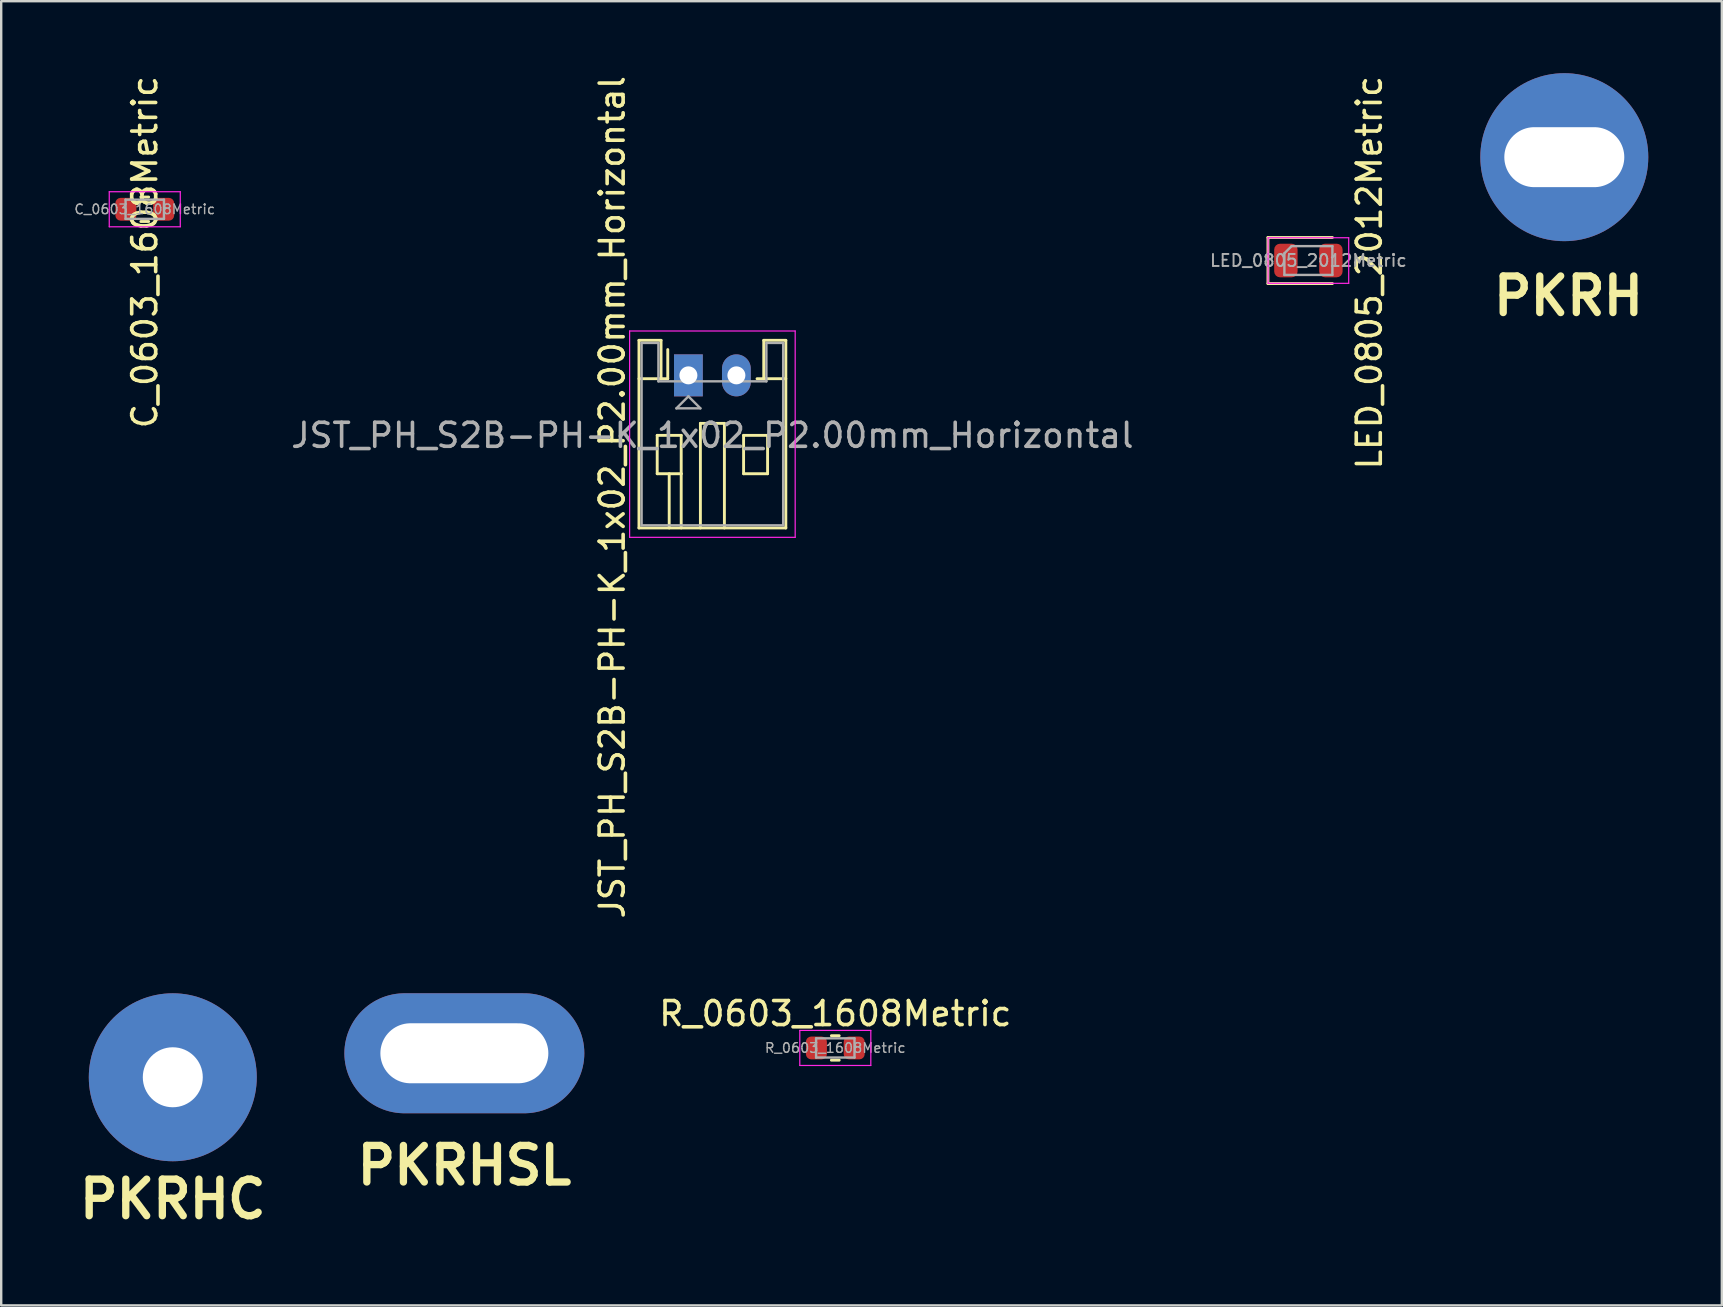
<source format=kicad_pcb>
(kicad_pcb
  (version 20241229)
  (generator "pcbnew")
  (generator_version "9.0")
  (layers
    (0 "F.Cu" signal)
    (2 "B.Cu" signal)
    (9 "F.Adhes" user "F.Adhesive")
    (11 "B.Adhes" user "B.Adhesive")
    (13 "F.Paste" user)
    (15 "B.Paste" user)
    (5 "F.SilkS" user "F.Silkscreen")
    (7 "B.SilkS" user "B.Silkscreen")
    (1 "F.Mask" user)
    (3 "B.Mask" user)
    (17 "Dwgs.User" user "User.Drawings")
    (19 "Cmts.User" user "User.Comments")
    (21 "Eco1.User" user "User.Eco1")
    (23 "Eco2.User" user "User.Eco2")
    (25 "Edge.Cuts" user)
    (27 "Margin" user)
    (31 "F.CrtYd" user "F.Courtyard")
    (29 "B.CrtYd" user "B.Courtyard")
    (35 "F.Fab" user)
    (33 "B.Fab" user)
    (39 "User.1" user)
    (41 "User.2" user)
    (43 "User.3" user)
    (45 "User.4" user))
  (footprint "C_0603_1608Metric"
    (layer "F.Cu")
    (at 2.983 5.671)
    (property "Reference" "C_0603_1608Metric" (at 0 1.788 270) (layer "F.SilkS") (effects (font (size 1 1) (thickness 0.15))))
    (attr smd)
    (fp_line (start -0.163 -0.51) (end 0.163 -0.51) (stroke (width 0.12) (type solid)) (layer "F.SilkS"))
    (fp_line (start -0.163 0.51) (end 0.163 0.51) (stroke (width 0.12) (type solid)) (layer "F.SilkS"))
    (fp_line (start -1.48 -0.73) (end 1.48 -0.73) (stroke (width 0.05) (type solid)) (layer "F.CrtYd"))
    (fp_line (start -1.48 0.73) (end -1.48 -0.73) (stroke (width 0.05) (type solid)) (layer "F.CrtYd"))
    (fp_line (start 1.48 -0.73) (end 1.48 0.73) (stroke (width 0.05) (type solid)) (layer "F.CrtYd"))
    (fp_line (start 1.48 0.73) (end -1.48 0.73) (stroke (width 0.05) (type solid)) (layer "F.CrtYd"))
    (fp_line (start -0.8 -0.4) (end 0.8 -0.4) (stroke (width 0.1) (type solid)) (layer "F.Fab"))
    (fp_line (start -0.8 0.4) (end -0.8 -0.4) (stroke (width 0.1) (type solid)) (layer "F.Fab"))
    (fp_line (start 0.8 -0.4) (end 0.8 0.4) (stroke (width 0.1) (type solid)) (layer "F.Fab"))
    (fp_line (start 0.8 0.4) (end -0.8 0.4) (stroke (width 0.1) (type solid)) (layer "F.Fab"))
    (fp_text user "${REFERENCE}" (at 0 0 0) (layer "F.Fab") (effects (font (size 0.4 0.4) (thickness 0.06))))
    (pad "1" smd roundrect (at -0.787 0) (size 0.875 0.95) (layers "F.Cu" "F.Mask" "F.Paste") (roundrect_rratio 0.25))
    (pad "2" smd roundrect (at 0.787 0) (size 0.875 0.95) (layers "F.Cu" "F.Mask" "F.Paste") (roundrect_rratio 0.25)))
  (footprint "PKRH"
    (layer "F.Cu")
    (at 62.142 3.5)
    (property "Reference" "PKRH" (at 0.175 5.786 0) (layer "F.SilkS") (effects (font (size 1.524 1.524) (thickness 0.305))))
    (attr exclude_from_pos_files exclude_from_bom)
    (pad "" np_thru_hole circle (at 0 0) (size 7 7) (drill oval 5 2.5) (layers "*.Cu" "*.Mask")))
  (footprint "PKRHC"
    (layer "F.Cu")
    (at 4.151 41.845)
    (property "Reference" "PKRHC" (at 0 5.08 0) (layer "F.SilkS") (effects (font (size 1.524 1.524) (thickness 0.305))))
    (attr exclude_from_pos_files exclude_from_bom)
    (pad "" np_thru_hole circle (at 0 0) (size 7 7) (drill 2.5) (layers "*.Cu" "*.Mask")))
  (footprint "JST_PH_S2B-PH-K_1x02_P2.00mm_Horizontal"
    (layer "F.Cu")
    (at 25.639 12.593)
    (property "Reference" "JST_PH_S2B-PH-K_1x02_P2.00mm_Horizontal" (at -3.175 5.08 270) (layer "F.SilkS") (effects (font (size 1 1) (thickness 0.15))))
    (attr through_hole)
    (fp_line (start -2.06 -1.46) (end -2.06 6.36) (stroke (width 0.12) (type solid)) (layer "F.SilkS"))
    (fp_line (start -2.06 0.14) (end -1.14 0.14) (stroke (width 0.12) (type solid)) (layer "F.SilkS"))
    (fp_line (start -2.06 6.36) (end 4.06 6.36) (stroke (width 0.12) (type solid)) (layer "F.SilkS"))
    (fp_line (start -1.3 2.5) (end -1.3 4.1) (stroke (width 0.12) (type solid)) (layer "F.SilkS"))
    (fp_line (start -1.3 4.1) (end -0.3 4.1) (stroke (width 0.12) (type solid)) (layer "F.SilkS"))
    (fp_line (start -1.14 -1.46) (end -2.06 -1.46) (stroke (width 0.12) (type solid)) (layer "F.SilkS"))
    (fp_line (start -1.14 0.14) (end -1.14 -1.46) (stroke (width 0.12) (type solid)) (layer "F.SilkS"))
    (fp_line (start -0.86 0.14) (end -1.14 0.14) (stroke (width 0.12) (type solid)) (layer "F.SilkS"))
    (fp_line (start -0.86 0.14) (end -0.86 -1.075) (stroke (width 0.12) (type solid)) (layer "F.SilkS"))
    (fp_line (start -0.8 4.1) (end -0.8 6.36) (stroke (width 0.12) (type solid)) (layer "F.SilkS"))
    (fp_line (start -0.3 2.5) (end -1.3 2.5) (stroke (width 0.12) (type solid)) (layer "F.SilkS"))
    (fp_line (start -0.3 4.1) (end -0.3 2.5) (stroke (width 0.12) (type solid)) (layer "F.SilkS"))
    (fp_line (start -0.3 4.1) (end -0.3 6.36) (stroke (width 0.12) (type solid)) (layer "F.SilkS"))
    (fp_line (start 0.5 2) (end 1.5 2) (stroke (width 0.12) (type solid)) (layer "F.SilkS"))
    (fp_line (start 0.5 6.36) (end 0.5 2) (stroke (width 0.12) (type solid)) (layer "F.SilkS"))
    (fp_line (start 1.5 2) (end 1.5 6.36) (stroke (width 0.12) (type solid)) (layer "F.SilkS"))
    (fp_line (start 2.3 2.5) (end 3.3 2.5) (stroke (width 0.12) (type solid)) (layer "F.SilkS"))
    (fp_line (start 2.3 4.1) (end 2.3 2.5) (stroke (width 0.12) (type solid)) (layer "F.SilkS"))
    (fp_line (start 3.14 -1.46) (end 3.14 0.14) (stroke (width 0.12) (type solid)) (layer "F.SilkS"))
    (fp_line (start 3.14 0.14) (end 2.86 0.14) (stroke (width 0.12) (type solid)) (layer "F.SilkS"))
    (fp_line (start 3.3 2.5) (end 3.3 4.1) (stroke (width 0.12) (type solid)) (layer "F.SilkS"))
    (fp_line (start 3.3 4.1) (end 2.3 4.1) (stroke (width 0.12) (type solid)) (layer "F.SilkS"))
    (fp_line (start 4.06 -1.46) (end 3.14 -1.46) (stroke (width 0.12) (type solid)) (layer "F.SilkS"))
    (fp_line (start 4.06 0.14) (end 3.14 0.14) (stroke (width 0.12) (type solid)) (layer "F.SilkS"))
    (fp_line (start 4.06 6.36) (end 4.06 -1.46) (stroke (width 0.12) (type solid)) (layer "F.SilkS"))
    (fp_line (start -2.45 -1.85) (end -2.45 6.75) (stroke (width 0.05) (type solid)) (layer "F.CrtYd"))
    (fp_line (start -2.45 6.75) (end 4.45 6.75) (stroke (width 0.05) (type solid)) (layer "F.CrtYd"))
    (fp_line (start 4.45 -1.85) (end -2.45 -1.85) (stroke (width 0.05) (type solid)) (layer "F.CrtYd"))
    (fp_line (start 4.45 6.75) (end 4.45 -1.85) (stroke (width 0.05) (type solid)) (layer "F.CrtYd"))
    (fp_line (start -1.95 -1.35) (end -1.95 6.25) (stroke (width 0.1) (type solid)) (layer "F.Fab"))
    (fp_line (start -1.95 6.25) (end 3.95 6.25) (stroke (width 0.1) (type solid)) (layer "F.Fab"))
    (fp_line (start -1.25 -1.35) (end -1.95 -1.35) (stroke (width 0.1) (type solid)) (layer "F.Fab"))
    (fp_line (start -1.25 0.25) (end -1.25 -1.35) (stroke (width 0.1) (type solid)) (layer "F.Fab"))
    (fp_line (start -0.5 1.375) (end 0.5 1.375) (stroke (width 0.1) (type solid)) (layer "F.Fab"))
    (fp_line (start 0 0.875) (end -0.5 1.375) (stroke (width 0.1) (type solid)) (layer "F.Fab"))
    (fp_line (start 0.5 1.375) (end 0 0.875) (stroke (width 0.1) (type solid)) (layer "F.Fab"))
    (fp_line (start 3.25 -1.35) (end 3.25 0.25) (stroke (width 0.1) (type solid)) (layer "F.Fab"))
    (fp_line (start 3.25 0.25) (end -1.25 0.25) (stroke (width 0.1) (type solid)) (layer "F.Fab"))
    (fp_line (start 3.95 -1.35) (end 3.25 -1.35) (stroke (width 0.1) (type solid)) (layer "F.Fab"))
    (fp_line (start 3.95 6.25) (end 3.95 -1.35) (stroke (width 0.1) (type solid)) (layer "F.Fab"))
    (fp_text user "${REFERENCE}" (at 1 2.5 0) (layer "F.Fab") (effects (font (size 1 1) (thickness 0.15))))
    (pad "1" thru_hole rect (at 0 0) (size 1.2 1.75) (drill 0.75) (layers "*.Cu" "*.Mask"))
    (pad "2" thru_hole oval (at 2 0) (size 1.2 1.75) (drill 0.75) (layers "*.Cu" "*.Mask")))
  (footprint "PKRHSL"
    (layer "F.Cu")
    (at 16.302 40.845)
    (property "Reference" "PKRHSL" (at 0 4.675 0) (layer "F.SilkS") (effects (font (size 1.524 1.524) (thickness 0.305))))
    (attr exclude_from_pos_files exclude_from_bom)
    (pad "" np_thru_hole oval (at 0 0) (size 10 5) (drill oval 7 2.5) (layers "*.Cu" "*.Mask")))
  (footprint "LED_0805_2012Metric"
    (layer "F.Cu")
    (at 51.477 7.807)
    (property "Reference" "LED_0805_2012Metric" (at 2.54 0.508 270) (layer "F.SilkS") (effects (font (size 1 1) (thickness 0.15))))
    (attr smd)
    (fp_line (start -1.685 -0.96) (end -1.685 0.96) (stroke (width 0.12) (type solid)) (layer "F.SilkS"))
    (fp_line (start -1.685 0.96) (end 1 0.96) (stroke (width 0.12) (type solid)) (layer "F.SilkS"))
    (fp_line (start 1 -0.96) (end -1.685 -0.96) (stroke (width 0.12) (type solid)) (layer "F.SilkS"))
    (fp_line (start -1.68 -0.95) (end 1.68 -0.95) (stroke (width 0.05) (type solid)) (layer "F.CrtYd"))
    (fp_line (start -1.68 0.95) (end -1.68 -0.95) (stroke (width 0.05) (type solid)) (layer "F.CrtYd"))
    (fp_line (start 1.68 -0.95) (end 1.68 0.95) (stroke (width 0.05) (type solid)) (layer "F.CrtYd"))
    (fp_line (start 1.68 0.95) (end -1.68 0.95) (stroke (width 0.05) (type solid)) (layer "F.CrtYd"))
    (fp_line (start -1 -0.3) (end -1 0.6) (stroke (width 0.1) (type solid)) (layer "F.Fab"))
    (fp_line (start -1 0.6) (end 1 0.6) (stroke (width 0.1) (type solid)) (layer "F.Fab"))
    (fp_line (start -0.7 -0.6) (end -1 -0.3) (stroke (width 0.1) (type solid)) (layer "F.Fab"))
    (fp_line (start 1 -0.6) (end -0.7 -0.6) (stroke (width 0.1) (type solid)) (layer "F.Fab"))
    (fp_line (start 1 0.6) (end 1 -0.6) (stroke (width 0.1) (type solid)) (layer "F.Fab"))
    (fp_text user "${REFERENCE}" (at 0 0 0) (layer "F.Fab") (effects (font (size 0.5 0.5) (thickness 0.08))))
    (pad "1" smd roundrect (at -0.938 0) (size 0.975 1.4) (layers "F.Cu" "F.Mask" "F.Paste") (roundrect_rratio 0.25))
    (pad "2" smd roundrect (at 0.938 0) (size 0.975 1.4) (layers "F.Cu" "F.Mask" "F.Paste") (roundrect_rratio 0.25)))
  (footprint "R_0603_1608Metric"
    (layer "F.Cu")
    (at 31.761 40.623)
    (property "Reference" "R_0603_1608Metric" (at 0 -1.43 0) (layer "F.SilkS") (effects (font (size 1 1) (thickness 0.15))))
    (attr smd)
    (fp_line (start -0.163 -0.51) (end 0.163 -0.51) (stroke (width 0.12) (type solid)) (layer "F.SilkS"))
    (fp_line (start -0.163 0.51) (end 0.163 0.51) (stroke (width 0.12) (type solid)) (layer "F.SilkS"))
    (fp_line (start -1.48 -0.73) (end 1.48 -0.73) (stroke (width 0.05) (type solid)) (layer "F.CrtYd"))
    (fp_line (start -1.48 0.73) (end -1.48 -0.73) (stroke (width 0.05) (type solid)) (layer "F.CrtYd"))
    (fp_line (start 1.48 -0.73) (end 1.48 0.73) (stroke (width 0.05) (type solid)) (layer "F.CrtYd"))
    (fp_line (start 1.48 0.73) (end -1.48 0.73) (stroke (width 0.05) (type solid)) (layer "F.CrtYd"))
    (fp_line (start -0.8 -0.4) (end 0.8 -0.4) (stroke (width 0.1) (type solid)) (layer "F.Fab"))
    (fp_line (start -0.8 0.4) (end -0.8 -0.4) (stroke (width 0.1) (type solid)) (layer "F.Fab"))
    (fp_line (start 0.8 -0.4) (end 0.8 0.4) (stroke (width 0.1) (type solid)) (layer "F.Fab"))
    (fp_line (start 0.8 0.4) (end -0.8 0.4) (stroke (width 0.1) (type solid)) (layer "F.Fab"))
    (fp_text user "${REFERENCE}" (at 0 0 0) (layer "F.Fab") (effects (font (size 0.4 0.4) (thickness 0.06))))
    (pad "1" smd roundrect (at -0.787 0) (size 0.875 0.95) (layers "F.Cu" "F.Mask" "F.Paste") (roundrect_rratio 0.25))
    (pad "2" smd roundrect (at 0.787 0) (size 0.875 0.95) (layers "F.Cu" "F.Mask" "F.Paste") (roundrect_rratio 0.25)))
  (gr_rect
    (start -3 -3)
    (end 68.707 51.352)
    (stroke (width 0.1) (type default))
    (fill no)
    (layer "Edge.Cuts")))
</source>
